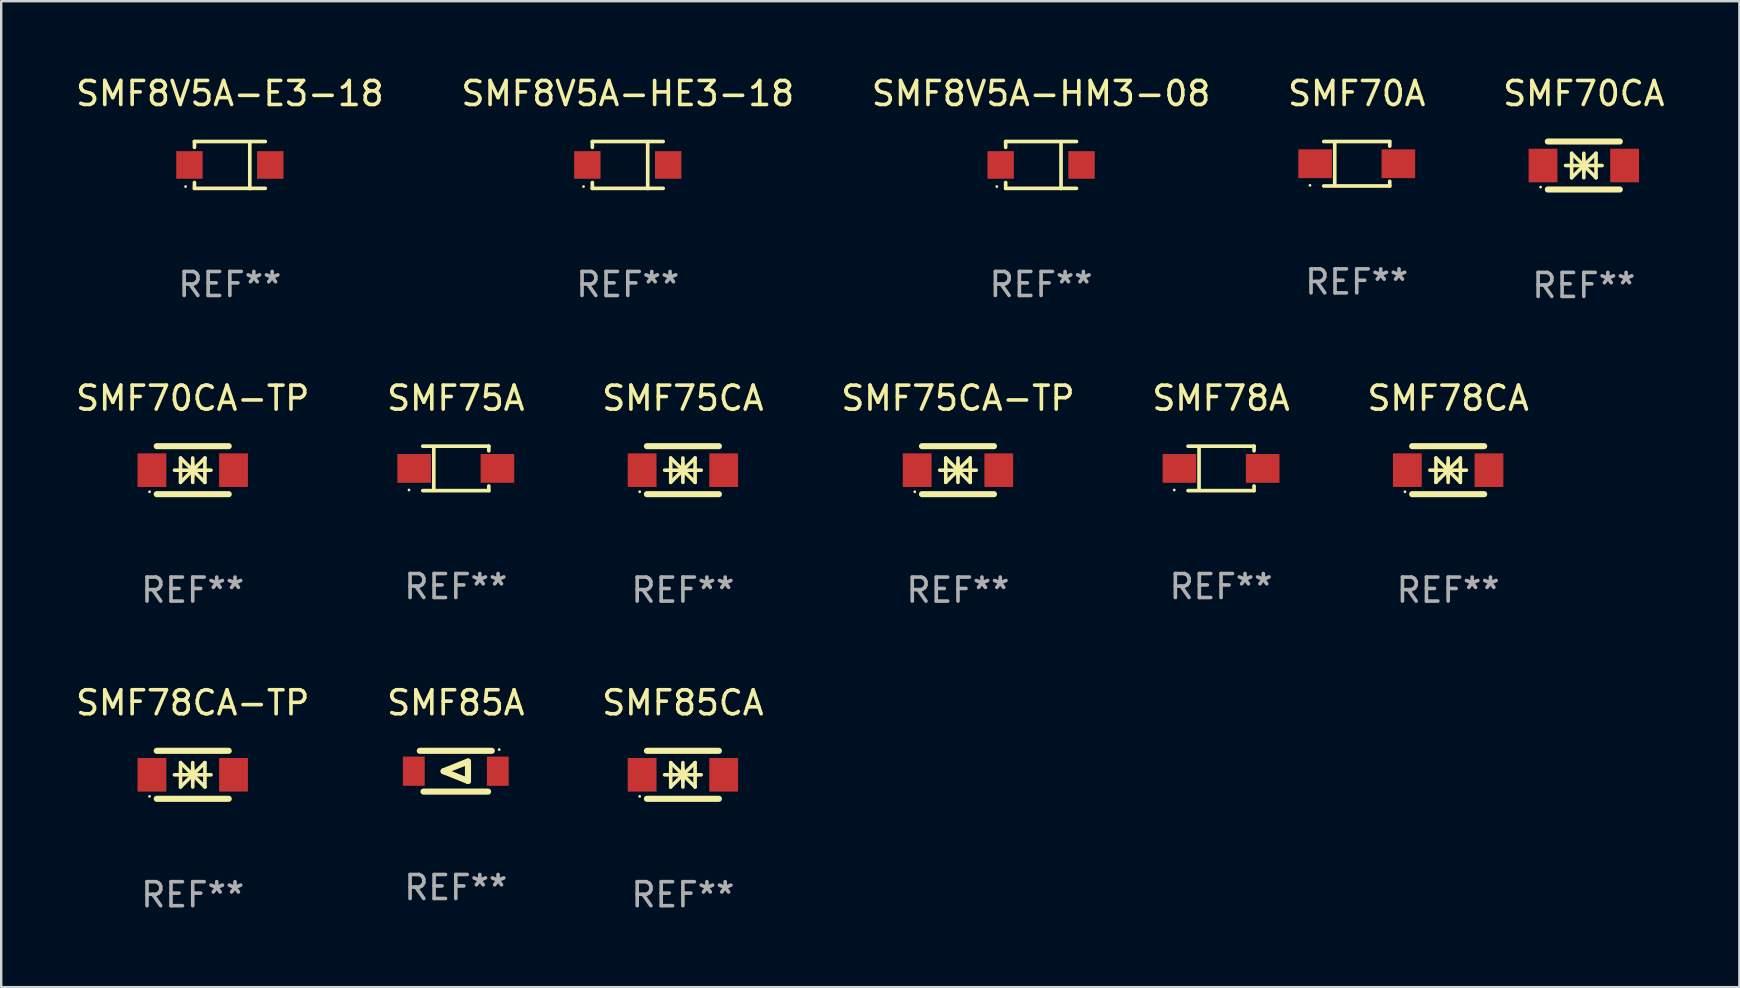
<source format=kicad_pcb>
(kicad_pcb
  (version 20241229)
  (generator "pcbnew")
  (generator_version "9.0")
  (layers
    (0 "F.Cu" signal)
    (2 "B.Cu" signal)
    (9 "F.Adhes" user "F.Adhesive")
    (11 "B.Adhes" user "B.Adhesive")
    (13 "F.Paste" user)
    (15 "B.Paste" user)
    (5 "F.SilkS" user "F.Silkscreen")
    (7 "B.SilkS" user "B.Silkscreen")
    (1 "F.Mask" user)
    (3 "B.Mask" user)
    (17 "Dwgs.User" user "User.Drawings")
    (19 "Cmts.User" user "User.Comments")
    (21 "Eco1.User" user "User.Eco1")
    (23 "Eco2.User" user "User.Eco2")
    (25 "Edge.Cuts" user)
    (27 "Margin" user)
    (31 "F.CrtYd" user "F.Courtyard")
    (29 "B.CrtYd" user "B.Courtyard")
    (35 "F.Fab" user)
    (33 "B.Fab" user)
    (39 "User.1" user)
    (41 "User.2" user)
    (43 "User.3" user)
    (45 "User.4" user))
  (footprint "SMF70CA"
    (layer "F.Cu")
    (at 62.958 3.848)
    (property "Reference" "SMF70CA" (at 0 -3 0) (layer "F.SilkS") (effects (font (size 1 1) (thickness 0.15))))
    (attr through_hole)
    (fp_line (start -1.5 -1) (end 1.5 -1) (stroke (width 0.254) (type solid)) (layer "F.SilkS"))
    (fp_line (start -1.5 1) (end 1.5 1) (stroke (width 0.254) (type solid)) (layer "F.SilkS"))
    (fp_line (start -0.762 0) (end 0.762 0) (stroke (width 0.15) (type solid)) (layer "F.SilkS"))
    (fp_line (start -0.508 -0.508) (end -0.508 0.508) (stroke (width 0.15) (type solid)) (layer "F.SilkS"))
    (fp_line (start 0 -0.508) (end 0 0.508) (stroke (width 0.15) (type solid)) (layer "F.SilkS"))
    (fp_line (start 0 0) (end -0.508 -0.508) (stroke (width 0.15) (type solid)) (layer "F.SilkS"))
    (fp_line (start 0 0) (end -0.508 0.508) (stroke (width 0.15) (type solid)) (layer "F.SilkS"))
    (fp_line (start 0 0) (end 0.508 -0.508) (stroke (width 0.15) (type solid)) (layer "F.SilkS"))
    (fp_line (start 0 0) (end 0.508 0.508) (stroke (width 0.15) (type solid)) (layer "F.SilkS"))
    (fp_line (start 0 0.254) (end 0 -0.254) (stroke (width 0.15) (type solid)) (layer "F.SilkS"))
    (fp_line (start 0.508 0.508) (end 0.508 -0.508) (stroke (width 0.15) (type solid)) (layer "F.SilkS"))
    (fp_circle (center -1.8 0.9) (end -1.77 0.9) (stroke (width 0.06) (type solid)) (fill no) (layer "F.SilkS"))
    (fp_text user "REF**" (at 0 5 0) (layer "F.Fab") (effects (font (size 1 1) (thickness 0.15))))
    (pad "1" smd rect (at -1.7 0) (size 1.2 1.4) (layers "F.Cu" "F.Mask" "F.Paste"))
    (pad "2" smd rect (at 1.7 0) (size 1.2 1.4) (layers "F.Cu" "F.Mask" "F.Paste")))
  (footprint "SMF85A"
    (layer "F.Cu")
    (at 15.946 29.091)
    (property "Reference" "SMF85A" (at 0 -2.85 0) (layer "F.SilkS") (effects (font (size 1 1) (thickness 0.15))))
    (attr through_hole)
    (fp_line (start -1.5 -0.85) (end 1.5 -0.85) (stroke (width 0.254) (type solid)) (layer "F.SilkS"))
    (fp_line (start -0.508 0) (end 0.508 -0.406) (stroke (width 0.254) (type solid)) (layer "F.SilkS"))
    (fp_line (start 0.508 -0.406) (end 0.508 0.406) (stroke (width 0.254) (type solid)) (layer "F.SilkS"))
    (fp_line (start 0.508 0.406) (end -0.508 0) (stroke (width 0.254) (type solid)) (layer "F.SilkS"))
    (fp_line (start 1.346 0.85) (end -1.346 0.85) (stroke (width 0.254) (type solid)) (layer "F.SilkS"))
    (fp_circle (center 1.81 -0.9) (end 1.84 -0.9) (stroke (width 0.06) (type solid)) (fill no) (layer "F.SilkS"))
    (fp_text user "REF**" (at 0 4.85 0) (layer "F.Fab") (effects (font (size 1 1) (thickness 0.15))))
    (pad "1" smd rect (at 1.75 0) (size 0.909 1.219) (layers "F.Cu" "F.Mask" "F.Paste"))
    (pad "2" smd rect (at -1.75 0) (size 0.909 1.219) (layers "F.Cu" "F.Mask" "F.Paste")))
  (footprint "SMF78CA"
    (layer "F.Cu")
    (at 57.304 16.545)
    (property "Reference" "SMF78CA" (at 0 -3 0) (layer "F.SilkS") (effects (font (size 1 1) (thickness 0.15))))
    (attr through_hole)
    (fp_line (start -1.5 -1) (end 1.5 -1) (stroke (width 0.254) (type solid)) (layer "F.SilkS"))
    (fp_line (start -1.5 1) (end 1.5 1) (stroke (width 0.254) (type solid)) (layer "F.SilkS"))
    (fp_line (start -0.762 0) (end 0.762 0) (stroke (width 0.15) (type solid)) (layer "F.SilkS"))
    (fp_line (start -0.508 -0.508) (end -0.508 0.508) (stroke (width 0.15) (type solid)) (layer "F.SilkS"))
    (fp_line (start 0 -0.508) (end 0 0.508) (stroke (width 0.15) (type solid)) (layer "F.SilkS"))
    (fp_line (start 0 0) (end -0.508 -0.508) (stroke (width 0.15) (type solid)) (layer "F.SilkS"))
    (fp_line (start 0 0) (end -0.508 0.508) (stroke (width 0.15) (type solid)) (layer "F.SilkS"))
    (fp_line (start 0 0) (end 0.508 -0.508) (stroke (width 0.15) (type solid)) (layer "F.SilkS"))
    (fp_line (start 0 0) (end 0.508 0.508) (stroke (width 0.15) (type solid)) (layer "F.SilkS"))
    (fp_line (start 0 0.254) (end 0 -0.254) (stroke (width 0.15) (type solid)) (layer "F.SilkS"))
    (fp_line (start 0.508 0.508) (end 0.508 -0.508) (stroke (width 0.15) (type solid)) (layer "F.SilkS"))
    (fp_circle (center -1.8 0.9) (end -1.77 0.9) (stroke (width 0.06) (type solid)) (fill no) (layer "F.SilkS"))
    (fp_text user "REF**" (at 0 5 0) (layer "F.Fab") (effects (font (size 1 1) (thickness 0.15))))
    (pad "1" smd rect (at -1.7 0) (size 1.2 1.4) (layers "F.Cu" "F.Mask" "F.Paste"))
    (pad "2" smd rect (at 1.7 0) (size 1.2 1.4) (layers "F.Cu" "F.Mask" "F.Paste")))
  (footprint "SMF8V5A-E3-18"
    (layer "F.Cu")
    (at 6.53 3.828)
    (property "Reference" "SMF8V5A-E3-18" (at 0 -2.98 0) (layer "F.SilkS") (effects (font (size 1 1) (thickness 0.15))))
    (attr through_hole)
    (fp_line (start -1.476 -0.98) (end -1.476 -0.737) (stroke (width 0.152) (type solid)) (layer "F.SilkS"))
    (fp_line (start -1.476 0.973) (end -1.476 0.73) (stroke (width 0.152) (type solid)) (layer "F.SilkS"))
    (fp_line (start 0.831 0.98) (end 0.831 -0.973) (stroke (width 0.152) (type solid)) (layer "F.SilkS"))
    (fp_line (start 1.476 -0.98) (end -1.476 -0.98) (stroke (width 0.152) (type solid)) (layer "F.SilkS"))
    (fp_line (start 1.476 0.973) (end -1.476 0.973) (stroke (width 0.152) (type solid)) (layer "F.SilkS"))
    (fp_circle (center -1.845 0.897) (end -1.815 0.897) (stroke (width 0.06) (type solid)) (fill no) (layer "F.SilkS"))
    (fp_text user "REF**" (at 0 4.98 0) (layer "F.Fab") (effects (font (size 1 1) (thickness 0.15))))
    (pad "1" smd rect (at -1.685 -0.003) (size 1.1 1.15) (layers "F.Cu" "F.Mask" "F.Paste"))
    (pad "2" smd rect (at 1.685 -0.003) (size 1.1 1.15) (layers "F.Cu" "F.Mask" "F.Paste")))
  (footprint "SMF8V5A-HM3-08"
    (layer "F.Cu")
    (at 40.339 3.828)
    (property "Reference" "SMF8V5A-HM3-08" (at 0 -2.98 0) (layer "F.SilkS") (effects (font (size 1 1) (thickness 0.15))))
    (attr through_hole)
    (fp_line (start -1.476 -0.98) (end -1.476 -0.737) (stroke (width 0.152) (type solid)) (layer "F.SilkS"))
    (fp_line (start -1.476 0.973) (end -1.476 0.73) (stroke (width 0.152) (type solid)) (layer "F.SilkS"))
    (fp_line (start 0.831 0.98) (end 0.831 -0.973) (stroke (width 0.152) (type solid)) (layer "F.SilkS"))
    (fp_line (start 1.476 -0.98) (end -1.476 -0.98) (stroke (width 0.152) (type solid)) (layer "F.SilkS"))
    (fp_line (start 1.476 0.973) (end -1.476 0.973) (stroke (width 0.152) (type solid)) (layer "F.SilkS"))
    (fp_circle (center -1.845 0.897) (end -1.815 0.897) (stroke (width 0.06) (type solid)) (fill no) (layer "F.SilkS"))
    (fp_text user "REF**" (at 0 4.98 0) (layer "F.Fab") (effects (font (size 1 1) (thickness 0.15))))
    (pad "1" smd rect (at -1.685 -0.003) (size 1.1 1.15) (layers "F.Cu" "F.Mask" "F.Paste"))
    (pad "2" smd rect (at 1.685 -0.003) (size 1.1 1.15) (layers "F.Cu" "F.Mask" "F.Paste")))
  (footprint "SMF75CA-TP"
    (layer "F.Cu")
    (at 36.875 16.545)
    (property "Reference" "SMF75CA-TP" (at 0 -3 0) (layer "F.SilkS") (effects (font (size 1 1) (thickness 0.15))))
    (attr through_hole)
    (fp_line (start -1.5 -1) (end 1.5 -1) (stroke (width 0.254) (type solid)) (layer "F.SilkS"))
    (fp_line (start -1.5 1) (end 1.5 1) (stroke (width 0.254) (type solid)) (layer "F.SilkS"))
    (fp_line (start -0.762 0) (end 0.762 0) (stroke (width 0.15) (type solid)) (layer "F.SilkS"))
    (fp_line (start -0.508 -0.508) (end -0.508 0.508) (stroke (width 0.15) (type solid)) (layer "F.SilkS"))
    (fp_line (start 0 -0.508) (end 0 0.508) (stroke (width 0.15) (type solid)) (layer "F.SilkS"))
    (fp_line (start 0 0) (end -0.508 -0.508) (stroke (width 0.15) (type solid)) (layer "F.SilkS"))
    (fp_line (start 0 0) (end -0.508 0.508) (stroke (width 0.15) (type solid)) (layer "F.SilkS"))
    (fp_line (start 0 0) (end 0.508 -0.508) (stroke (width 0.15) (type solid)) (layer "F.SilkS"))
    (fp_line (start 0 0) (end 0.508 0.508) (stroke (width 0.15) (type solid)) (layer "F.SilkS"))
    (fp_line (start 0 0.254) (end 0 -0.254) (stroke (width 0.15) (type solid)) (layer "F.SilkS"))
    (fp_line (start 0.508 0.508) (end 0.508 -0.508) (stroke (width 0.15) (type solid)) (layer "F.SilkS"))
    (fp_circle (center -1.8 0.9) (end -1.77 0.9) (stroke (width 0.06) (type solid)) (fill no) (layer "F.SilkS"))
    (fp_text user "REF**" (at 0 5 0) (layer "F.Fab") (effects (font (size 1 1) (thickness 0.15))))
    (pad "1" smd rect (at -1.7 0) (size 1.2 1.4) (layers "F.Cu" "F.Mask" "F.Paste"))
    (pad "2" smd rect (at 1.7 0) (size 1.2 1.4) (layers "F.Cu" "F.Mask" "F.Paste")))
  (footprint "SMF70CA-TP"
    (layer "F.Cu")
    (at 4.982 16.545)
    (property "Reference" "SMF70CA-TP" (at 0 -3 0) (layer "F.SilkS") (effects (font (size 1 1) (thickness 0.15))))
    (attr through_hole)
    (fp_line (start -1.5 -1) (end 1.5 -1) (stroke (width 0.254) (type solid)) (layer "F.SilkS"))
    (fp_line (start -1.5 1) (end 1.5 1) (stroke (width 0.254) (type solid)) (layer "F.SilkS"))
    (fp_line (start -0.762 0) (end 0.762 0) (stroke (width 0.15) (type solid)) (layer "F.SilkS"))
    (fp_line (start -0.508 -0.508) (end -0.508 0.508) (stroke (width 0.15) (type solid)) (layer "F.SilkS"))
    (fp_line (start 0 -0.508) (end 0 0.508) (stroke (width 0.15) (type solid)) (layer "F.SilkS"))
    (fp_line (start 0 0) (end -0.508 -0.508) (stroke (width 0.15) (type solid)) (layer "F.SilkS"))
    (fp_line (start 0 0) (end -0.508 0.508) (stroke (width 0.15) (type solid)) (layer "F.SilkS"))
    (fp_line (start 0 0) (end 0.508 -0.508) (stroke (width 0.15) (type solid)) (layer "F.SilkS"))
    (fp_line (start 0 0) (end 0.508 0.508) (stroke (width 0.15) (type solid)) (layer "F.SilkS"))
    (fp_line (start 0 0.254) (end 0 -0.254) (stroke (width 0.15) (type solid)) (layer "F.SilkS"))
    (fp_line (start 0.508 0.508) (end 0.508 -0.508) (stroke (width 0.15) (type solid)) (layer "F.SilkS"))
    (fp_circle (center -1.8 0.9) (end -1.77 0.9) (stroke (width 0.06) (type solid)) (fill no) (layer "F.SilkS"))
    (fp_text user "REF**" (at 0 5 0) (layer "F.Fab") (effects (font (size 1 1) (thickness 0.15))))
    (pad "1" smd rect (at -1.7 0) (size 1.2 1.4) (layers "F.Cu" "F.Mask" "F.Paste"))
    (pad "2" smd rect (at 1.7 0) (size 1.2 1.4) (layers "F.Cu" "F.Mask" "F.Paste")))
  (footprint "SMF70A"
    (layer "F.Cu")
    (at 53.494 3.774)
    (property "Reference" "SMF70A" (at 0 -2.926 0) (layer "F.SilkS") (effects (font (size 1 1) (thickness 0.15))))
    (attr through_hole)
    (fp_line (start -1.376 -0.926) (end 1.376 -0.926) (stroke (width 0.152) (type solid)) (layer "F.SilkS"))
    (fp_line (start -1.376 0.926) (end 1.376 0.926) (stroke (width 0.152) (type solid)) (layer "F.SilkS"))
    (fp_line (start -0.917 -0.876) (end -0.917 0.876) (stroke (width 0.152) (type solid)) (layer "F.SilkS"))
    (fp_line (start 1.376 -0.926) (end 1.376 -0.733) (stroke (width 0.152) (type solid)) (layer "F.SilkS"))
    (fp_line (start 1.376 0.926) (end 1.376 0.733) (stroke (width 0.152) (type solid)) (layer "F.SilkS"))
    (fp_circle (center -1.95 0.9) (end -1.92 0.9) (stroke (width 0.06) (type solid)) (fill no) (layer "F.SilkS"))
    (fp_text user "REF**" (at 0 4.926 0) (layer "F.Fab") (effects (font (size 1 1) (thickness 0.15))))
    (pad "1" smd rect (at -1.735 0) (size 1.4 1.2) (layers "F.Cu" "F.Mask" "F.Paste"))
    (pad "2" smd rect (at 1.735 0) (size 1.4 1.2) (layers "F.Cu" "F.Mask" "F.Paste")))
  (footprint "SMF75A"
    (layer "F.Cu")
    (at 15.946 16.471)
    (property "Reference" "SMF75A" (at 0 -2.926 0) (layer "F.SilkS") (effects (font (size 1 1) (thickness 0.15))))
    (attr through_hole)
    (fp_line (start -1.376 -0.926) (end 1.376 -0.926) (stroke (width 0.152) (type solid)) (layer "F.SilkS"))
    (fp_line (start -1.376 0.926) (end 1.376 0.926) (stroke (width 0.152) (type solid)) (layer "F.SilkS"))
    (fp_line (start -0.917 -0.876) (end -0.917 0.876) (stroke (width 0.152) (type solid)) (layer "F.SilkS"))
    (fp_line (start 1.376 -0.926) (end 1.376 -0.733) (stroke (width 0.152) (type solid)) (layer "F.SilkS"))
    (fp_line (start 1.376 0.926) (end 1.376 0.733) (stroke (width 0.152) (type solid)) (layer "F.SilkS"))
    (fp_circle (center -1.95 0.9) (end -1.92 0.9) (stroke (width 0.06) (type solid)) (fill no) (layer "F.SilkS"))
    (fp_text user "REF**" (at 0 4.926 0) (layer "F.Fab") (effects (font (size 1 1) (thickness 0.15))))
    (pad "1" smd rect (at -1.735 0) (size 1.4 1.2) (layers "F.Cu" "F.Mask" "F.Paste"))
    (pad "2" smd rect (at 1.735 0) (size 1.4 1.2) (layers "F.Cu" "F.Mask" "F.Paste")))
  (footprint "SMF75CA"
    (layer "F.Cu")
    (at 25.411 16.545)
    (property "Reference" "SMF75CA" (at 0 -3 0) (layer "F.SilkS") (effects (font (size 1 1) (thickness 0.15))))
    (attr through_hole)
    (fp_line (start -1.5 -1) (end 1.5 -1) (stroke (width 0.254) (type solid)) (layer "F.SilkS"))
    (fp_line (start -1.5 1) (end 1.5 1) (stroke (width 0.254) (type solid)) (layer "F.SilkS"))
    (fp_line (start -0.762 0) (end 0.762 0) (stroke (width 0.15) (type solid)) (layer "F.SilkS"))
    (fp_line (start -0.508 -0.508) (end -0.508 0.508) (stroke (width 0.15) (type solid)) (layer "F.SilkS"))
    (fp_line (start 0 -0.508) (end 0 0.508) (stroke (width 0.15) (type solid)) (layer "F.SilkS"))
    (fp_line (start 0 0) (end -0.508 -0.508) (stroke (width 0.15) (type solid)) (layer "F.SilkS"))
    (fp_line (start 0 0) (end -0.508 0.508) (stroke (width 0.15) (type solid)) (layer "F.SilkS"))
    (fp_line (start 0 0) (end 0.508 -0.508) (stroke (width 0.15) (type solid)) (layer "F.SilkS"))
    (fp_line (start 0 0) (end 0.508 0.508) (stroke (width 0.15) (type solid)) (layer "F.SilkS"))
    (fp_line (start 0 0.254) (end 0 -0.254) (stroke (width 0.15) (type solid)) (layer "F.SilkS"))
    (fp_line (start 0.508 0.508) (end 0.508 -0.508) (stroke (width 0.15) (type solid)) (layer "F.SilkS"))
    (fp_circle (center -1.8 0.9) (end -1.77 0.9) (stroke (width 0.06) (type solid)) (fill no) (layer "F.SilkS"))
    (fp_text user "REF**" (at 0 5 0) (layer "F.Fab") (effects (font (size 1 1) (thickness 0.15))))
    (pad "1" smd rect (at -1.7 0) (size 1.2 1.4) (layers "F.Cu" "F.Mask" "F.Paste"))
    (pad "2" smd rect (at 1.7 0) (size 1.2 1.4) (layers "F.Cu" "F.Mask" "F.Paste")))
  (footprint "SMF78A"
    (layer "F.Cu")
    (at 47.839 16.471)
    (property "Reference" "SMF78A" (at 0 -2.926 0) (layer "F.SilkS") (effects (font (size 1 1) (thickness 0.15))))
    (attr through_hole)
    (fp_line (start -1.376 -0.926) (end 1.376 -0.926) (stroke (width 0.152) (type solid)) (layer "F.SilkS"))
    (fp_line (start -1.376 0.926) (end 1.376 0.926) (stroke (width 0.152) (type solid)) (layer "F.SilkS"))
    (fp_line (start -0.917 -0.876) (end -0.917 0.876) (stroke (width 0.152) (type solid)) (layer "F.SilkS"))
    (fp_line (start 1.376 -0.926) (end 1.376 -0.733) (stroke (width 0.152) (type solid)) (layer "F.SilkS"))
    (fp_line (start 1.376 0.926) (end 1.376 0.733) (stroke (width 0.152) (type solid)) (layer "F.SilkS"))
    (fp_circle (center -1.95 0.9) (end -1.92 0.9) (stroke (width 0.06) (type solid)) (fill no) (layer "F.SilkS"))
    (fp_text user "REF**" (at 0 4.926 0) (layer "F.Fab") (effects (font (size 1 1) (thickness 0.15))))
    (pad "1" smd rect (at -1.735 0) (size 1.4 1.2) (layers "F.Cu" "F.Mask" "F.Paste"))
    (pad "2" smd rect (at 1.735 0) (size 1.4 1.2) (layers "F.Cu" "F.Mask" "F.Paste")))
  (footprint "SMF78CA-TP"
    (layer "F.Cu")
    (at 4.982 29.241)
    (property "Reference" "SMF78CA-TP" (at 0 -3 0) (layer "F.SilkS") (effects (font (size 1 1) (thickness 0.15))))
    (attr through_hole)
    (fp_line (start -1.5 -1) (end 1.5 -1) (stroke (width 0.254) (type solid)) (layer "F.SilkS"))
    (fp_line (start -1.5 1) (end 1.5 1) (stroke (width 0.254) (type solid)) (layer "F.SilkS"))
    (fp_line (start -0.762 0) (end 0.762 0) (stroke (width 0.15) (type solid)) (layer "F.SilkS"))
    (fp_line (start -0.508 -0.508) (end -0.508 0.508) (stroke (width 0.15) (type solid)) (layer "F.SilkS"))
    (fp_line (start 0 -0.508) (end 0 0.508) (stroke (width 0.15) (type solid)) (layer "F.SilkS"))
    (fp_line (start 0 0) (end -0.508 -0.508) (stroke (width 0.15) (type solid)) (layer "F.SilkS"))
    (fp_line (start 0 0) (end -0.508 0.508) (stroke (width 0.15) (type solid)) (layer "F.SilkS"))
    (fp_line (start 0 0) (end 0.508 -0.508) (stroke (width 0.15) (type solid)) (layer "F.SilkS"))
    (fp_line (start 0 0) (end 0.508 0.508) (stroke (width 0.15) (type solid)) (layer "F.SilkS"))
    (fp_line (start 0 0.254) (end 0 -0.254) (stroke (width 0.15) (type solid)) (layer "F.SilkS"))
    (fp_line (start 0.508 0.508) (end 0.508 -0.508) (stroke (width 0.15) (type solid)) (layer "F.SilkS"))
    (fp_circle (center -1.8 0.9) (end -1.77 0.9) (stroke (width 0.06) (type solid)) (fill no) (layer "F.SilkS"))
    (fp_text user "REF**" (at 0 5 0) (layer "F.Fab") (effects (font (size 1 1) (thickness 0.15))))
    (pad "1" smd rect (at -1.7 0) (size 1.2 1.4) (layers "F.Cu" "F.Mask" "F.Paste"))
    (pad "2" smd rect (at 1.7 0) (size 1.2 1.4) (layers "F.Cu" "F.Mask" "F.Paste")))
  (footprint "SMF8V5A-HE3-18"
    (layer "F.Cu")
    (at 23.113 3.828)
    (property "Reference" "SMF8V5A-HE3-18" (at 0 -2.98 0) (layer "F.SilkS") (effects (font (size 1 1) (thickness 0.15))))
    (attr through_hole)
    (fp_line (start -1.476 -0.98) (end -1.476 -0.737) (stroke (width 0.152) (type solid)) (layer "F.SilkS"))
    (fp_line (start -1.476 0.973) (end -1.476 0.73) (stroke (width 0.152) (type solid)) (layer "F.SilkS"))
    (fp_line (start 0.831 0.98) (end 0.831 -0.973) (stroke (width 0.152) (type solid)) (layer "F.SilkS"))
    (fp_line (start 1.476 -0.98) (end -1.476 -0.98) (stroke (width 0.152) (type solid)) (layer "F.SilkS"))
    (fp_line (start 1.476 0.973) (end -1.476 0.973) (stroke (width 0.152) (type solid)) (layer "F.SilkS"))
    (fp_circle (center -1.845 0.897) (end -1.815 0.897) (stroke (width 0.06) (type solid)) (fill no) (layer "F.SilkS"))
    (fp_text user "REF**" (at 0 4.98 0) (layer "F.Fab") (effects (font (size 1 1) (thickness 0.15))))
    (pad "1" smd rect (at -1.685 -0.003) (size 1.1 1.15) (layers "F.Cu" "F.Mask" "F.Paste"))
    (pad "2" smd rect (at 1.685 -0.003) (size 1.1 1.15) (layers "F.Cu" "F.Mask" "F.Paste")))
  (footprint "SMF85CA"
    (layer "F.Cu")
    (at 25.411 29.241)
    (property "Reference" "SMF85CA" (at 0 -3 0) (layer "F.SilkS") (effects (font (size 1 1) (thickness 0.15))))
    (attr through_hole)
    (fp_line (start -1.5 -1) (end 1.5 -1) (stroke (width 0.254) (type solid)) (layer "F.SilkS"))
    (fp_line (start -1.5 1) (end 1.5 1) (stroke (width 0.254) (type solid)) (layer "F.SilkS"))
    (fp_line (start -0.762 0) (end 0.762 0) (stroke (width 0.15) (type solid)) (layer "F.SilkS"))
    (fp_line (start -0.508 -0.508) (end -0.508 0.508) (stroke (width 0.15) (type solid)) (layer "F.SilkS"))
    (fp_line (start 0 -0.508) (end 0 0.508) (stroke (width 0.15) (type solid)) (layer "F.SilkS"))
    (fp_line (start 0 0) (end -0.508 -0.508) (stroke (width 0.15) (type solid)) (layer "F.SilkS"))
    (fp_line (start 0 0) (end -0.508 0.508) (stroke (width 0.15) (type solid)) (layer "F.SilkS"))
    (fp_line (start 0 0) (end 0.508 -0.508) (stroke (width 0.15) (type solid)) (layer "F.SilkS"))
    (fp_line (start 0 0) (end 0.508 0.508) (stroke (width 0.15) (type solid)) (layer "F.SilkS"))
    (fp_line (start 0 0.254) (end 0 -0.254) (stroke (width 0.15) (type solid)) (layer "F.SilkS"))
    (fp_line (start 0.508 0.508) (end 0.508 -0.508) (stroke (width 0.15) (type solid)) (layer "F.SilkS"))
    (fp_circle (center -1.8 0.9) (end -1.77 0.9) (stroke (width 0.06) (type solid)) (fill no) (layer "F.SilkS"))
    (fp_text user "REF**" (at 0 5 0) (layer "F.Fab") (effects (font (size 1 1) (thickness 0.15))))
    (pad "1" smd rect (at -1.7 0) (size 1.2 1.4) (layers "F.Cu" "F.Mask" "F.Paste"))
    (pad "2" smd rect (at 1.7 0) (size 1.2 1.4) (layers "F.Cu" "F.Mask" "F.Paste")))
  (gr_rect
    (start -3 -3)
    (end 69.44 38.09)
    (stroke (width 0.1) (type default))
    (fill no)
    (layer "Edge.Cuts")))
</source>
